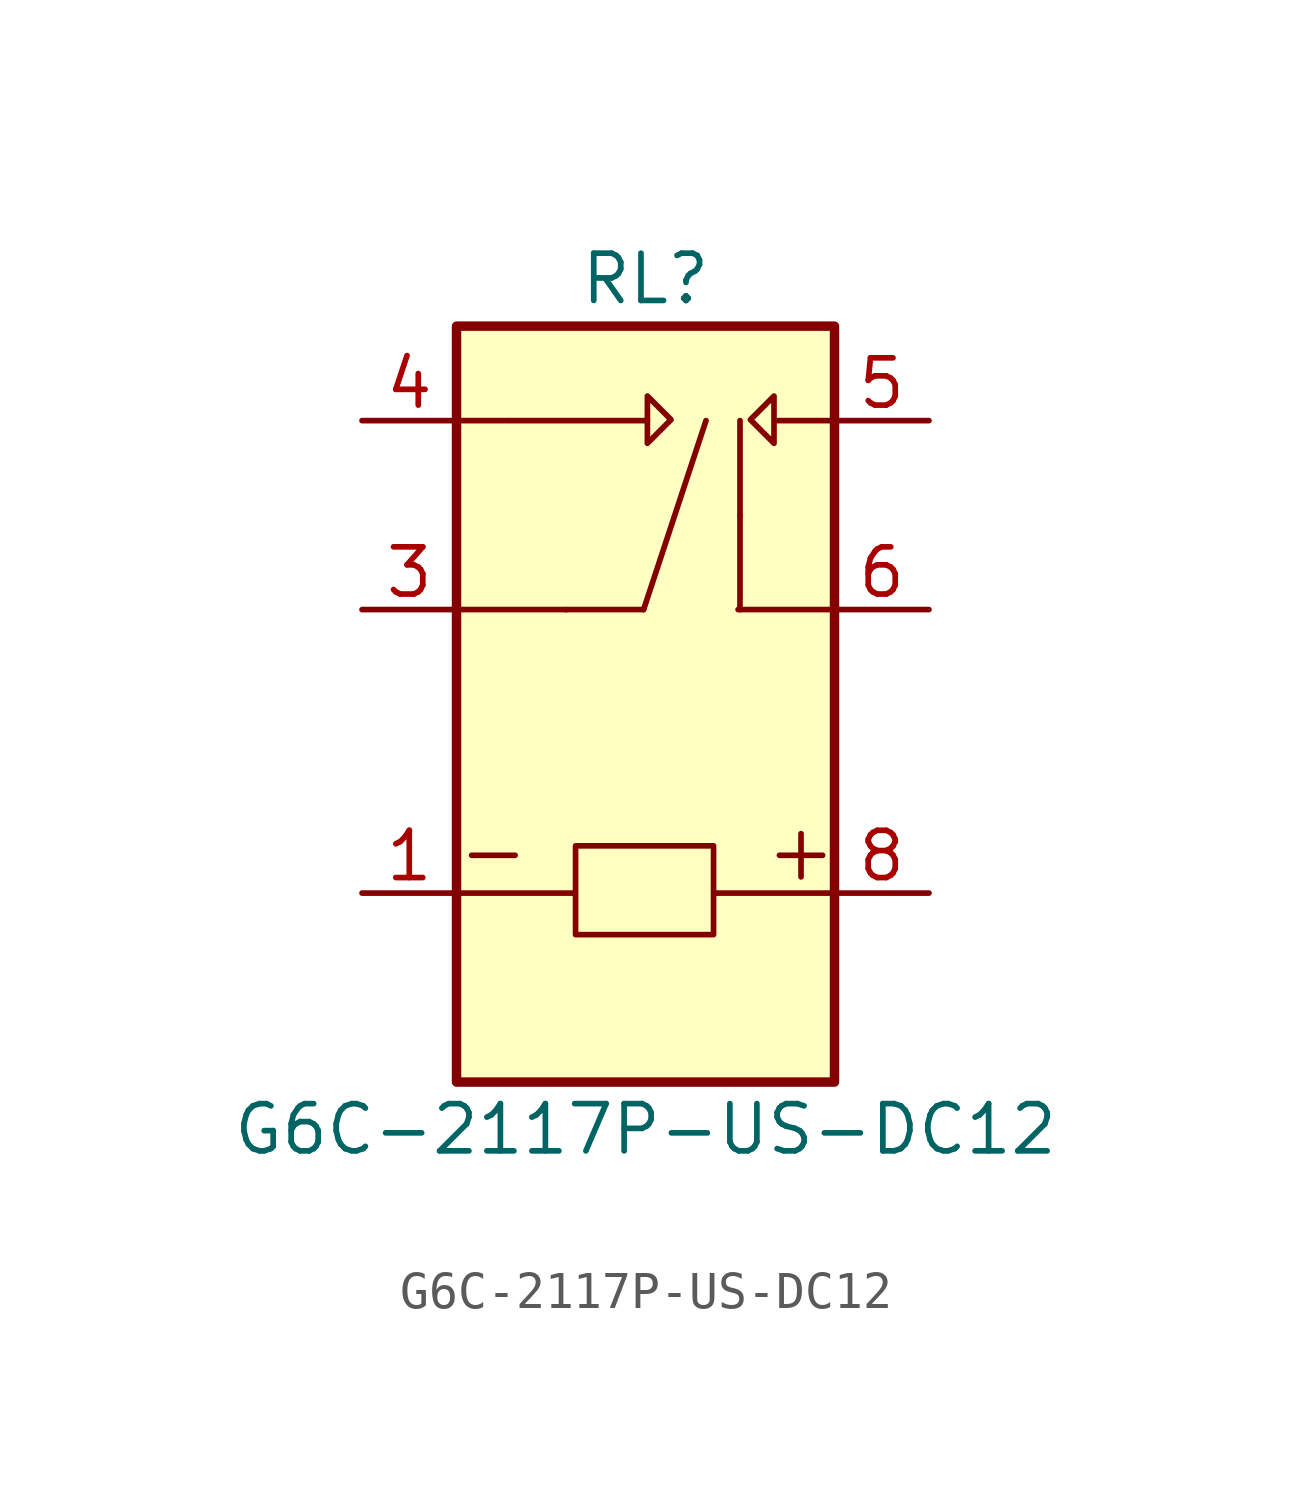
<source format=kicad_sym>
(kicad_symbol_lib
  (version 20231120)
  (generator "kicad_symbol_editor")
  (generator_version "8.0")
  (symbol "G6C-2117P-US-DC12"
    (pin_names
      (offset 1.016))
    (property "Reference" "RL"
      (at 0 11.43 0)
      (effects (font (size 1.27 1.27))))
    (property "Value" "G6C-2117P-US-DC12"
      (at 0 -11.43 0)
      (effects (font (size 1.27 1.27))))
    (symbol "G6C-2117P-US-DC12_0_1"
      (rectangle (start -1.88 -3.81) (end 1.829 -6.198) (stroke (width 0) (type default)) (fill (type none)))
      (polyline (pts (xy -5.08 2.54) (xy -2.134 2.54)) (stroke (width 0) (type default)) (fill (type none)))
      (polyline (pts (xy -4.674 -4.064) (xy -3.505 -4.064)) (stroke (width 0) (type default)) (fill (type none)))
      (polyline (pts (xy -3.759 7.62) (xy 0.051 7.62)) (stroke (width 0) (type default)) (fill (type none)))
      (polyline (pts (xy -2.134 2.54) (xy -0.051 2.54)) (stroke (width 0) (type default)) (fill (type none)))
      (polyline (pts (xy -0.051 2.54) (xy 1.626 7.62)) (stroke (width 0) (type default)) (fill (type none)))
      (polyline (pts (xy 2.54 5.08) (xy 2.54 2.54)) (stroke (width 0) (type default)) (fill (type none)))
      (polyline (pts (xy 2.54 5.08) (xy 2.54 7.62)) (stroke (width 0) (type default)) (fill (type none)))
      (polyline (pts (xy 5.08 7.62) (xy 3.505 7.62)) (stroke (width 0) (type default)) (fill (type none))))
    (symbol "G6C-2117P-US-DC12_1_0"
      (polyline (pts (xy -3.81 7.62) (xy -5.08 7.62)) (stroke (width 0) (type default)) (fill (type none)))
      (polyline (pts (xy 0.051 7.01) (xy 0.051 8.28) (xy 0.686 7.645) (xy 0.051 7.01)) (stroke (width 0) (type default)) (fill (type none)))
      (polyline (pts (xy 3.454 8.28) (xy 3.454 7.01) (xy 2.819 7.645) (xy 3.454 8.28)) (stroke (width 0) (type default)) (fill (type none)))
      (text "+" (at 4.064 -4.064 900) (effects (font (size 1.524 1.524)))))
    (symbol "G6C-2117P-US-DC12_1_1"
      (rectangle (start -5.08 -10.16) (end 5.08 10.16) (stroke (width 0.254) (type default)) (fill (type background)))
      (polyline (pts (xy -5.08 -5.08) (xy -1.905 -5.08)) (stroke (width 0) (type default)) (fill (type none)))
      (polyline (pts (xy 2.489 2.54) (xy 5.029 2.54)) (stroke (width 0) (type default)) (fill (type none)))
      (polyline (pts (xy 5.08 -5.08) (xy 1.905 -5.08)) (stroke (width 0) (type default)) (fill (type none)))
      (pin passive line (at -7.62 -5.08 0) (length 2.54) (name "~" (effects (font (size 1.27 1.27)))) (number "1" (effects (font (size 1.27 1.27)))))
      (pin passive line (at -7.62 2.54 0) (length 2.54) (name "~" (effects (font (size 1.27 1.27)))) (number "3" (effects (font (size 1.27 1.27)))))
      (pin passive line (at -7.62 7.62 0) (length 2.54) (name "~" (effects (font (size 1.27 1.27)))) (number "4" (effects (font (size 1.27 1.27)))))
      (pin passive line (at 7.62 7.62 180) (length 2.54) (name "~" (effects (font (size 1.27 1.27)))) (number "5" (effects (font (size 1.27 1.27)))))
      (pin input line (at 7.62 2.54 180) (length 2.54) (name "~" (effects (font (size 1.27 1.27)))) (number "6" (effects (font (size 1.27 1.27)))))
      (pin input line (at 7.62 -5.08 180) (length 2.54) (name "~" (effects (font (size 1.27 1.27)))) (number "8" (effects (font (size 1.27 1.27))))))))
</source>
